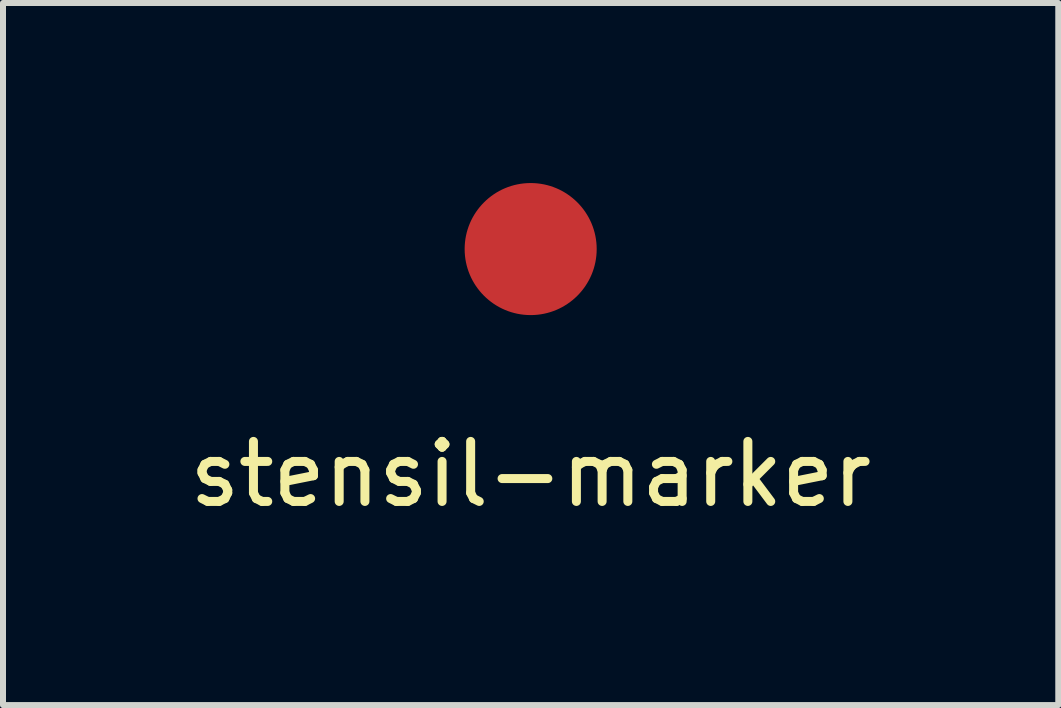
<source format=kicad_pcb>
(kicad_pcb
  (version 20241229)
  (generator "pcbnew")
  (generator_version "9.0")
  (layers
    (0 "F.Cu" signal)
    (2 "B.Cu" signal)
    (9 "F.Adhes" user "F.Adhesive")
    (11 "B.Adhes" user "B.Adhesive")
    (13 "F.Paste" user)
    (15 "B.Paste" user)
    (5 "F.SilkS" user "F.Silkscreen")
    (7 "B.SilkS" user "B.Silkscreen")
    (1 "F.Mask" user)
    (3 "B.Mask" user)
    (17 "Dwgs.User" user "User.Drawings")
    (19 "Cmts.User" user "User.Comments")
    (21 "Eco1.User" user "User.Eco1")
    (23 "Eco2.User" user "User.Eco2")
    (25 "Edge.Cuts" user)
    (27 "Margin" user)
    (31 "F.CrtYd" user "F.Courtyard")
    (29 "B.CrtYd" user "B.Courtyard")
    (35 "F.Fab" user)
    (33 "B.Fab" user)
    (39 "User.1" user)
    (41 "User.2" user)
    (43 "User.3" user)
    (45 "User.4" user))
  (footprint "stensil-marker"
    (layer "F.Cu")
    (at 5.792 1.1)
    (property "Reference" "stensil-marker" (at 0 3.75 0) (layer "F.SilkS") (effects (font (size 1 1) (thickness 0.15))))
    (attr through_hole)
    (pad "1" smd circle (at 0 0) (size 2.2 2.2) (layers "F.Cu" "F.Mask" "F.Paste")))
  (gr_rect
    (start -3 -3)
    (end 14.583 8.698)
    (stroke (width 0.1) (type default))
    (fill no)
    (layer "Edge.Cuts")))
</source>
